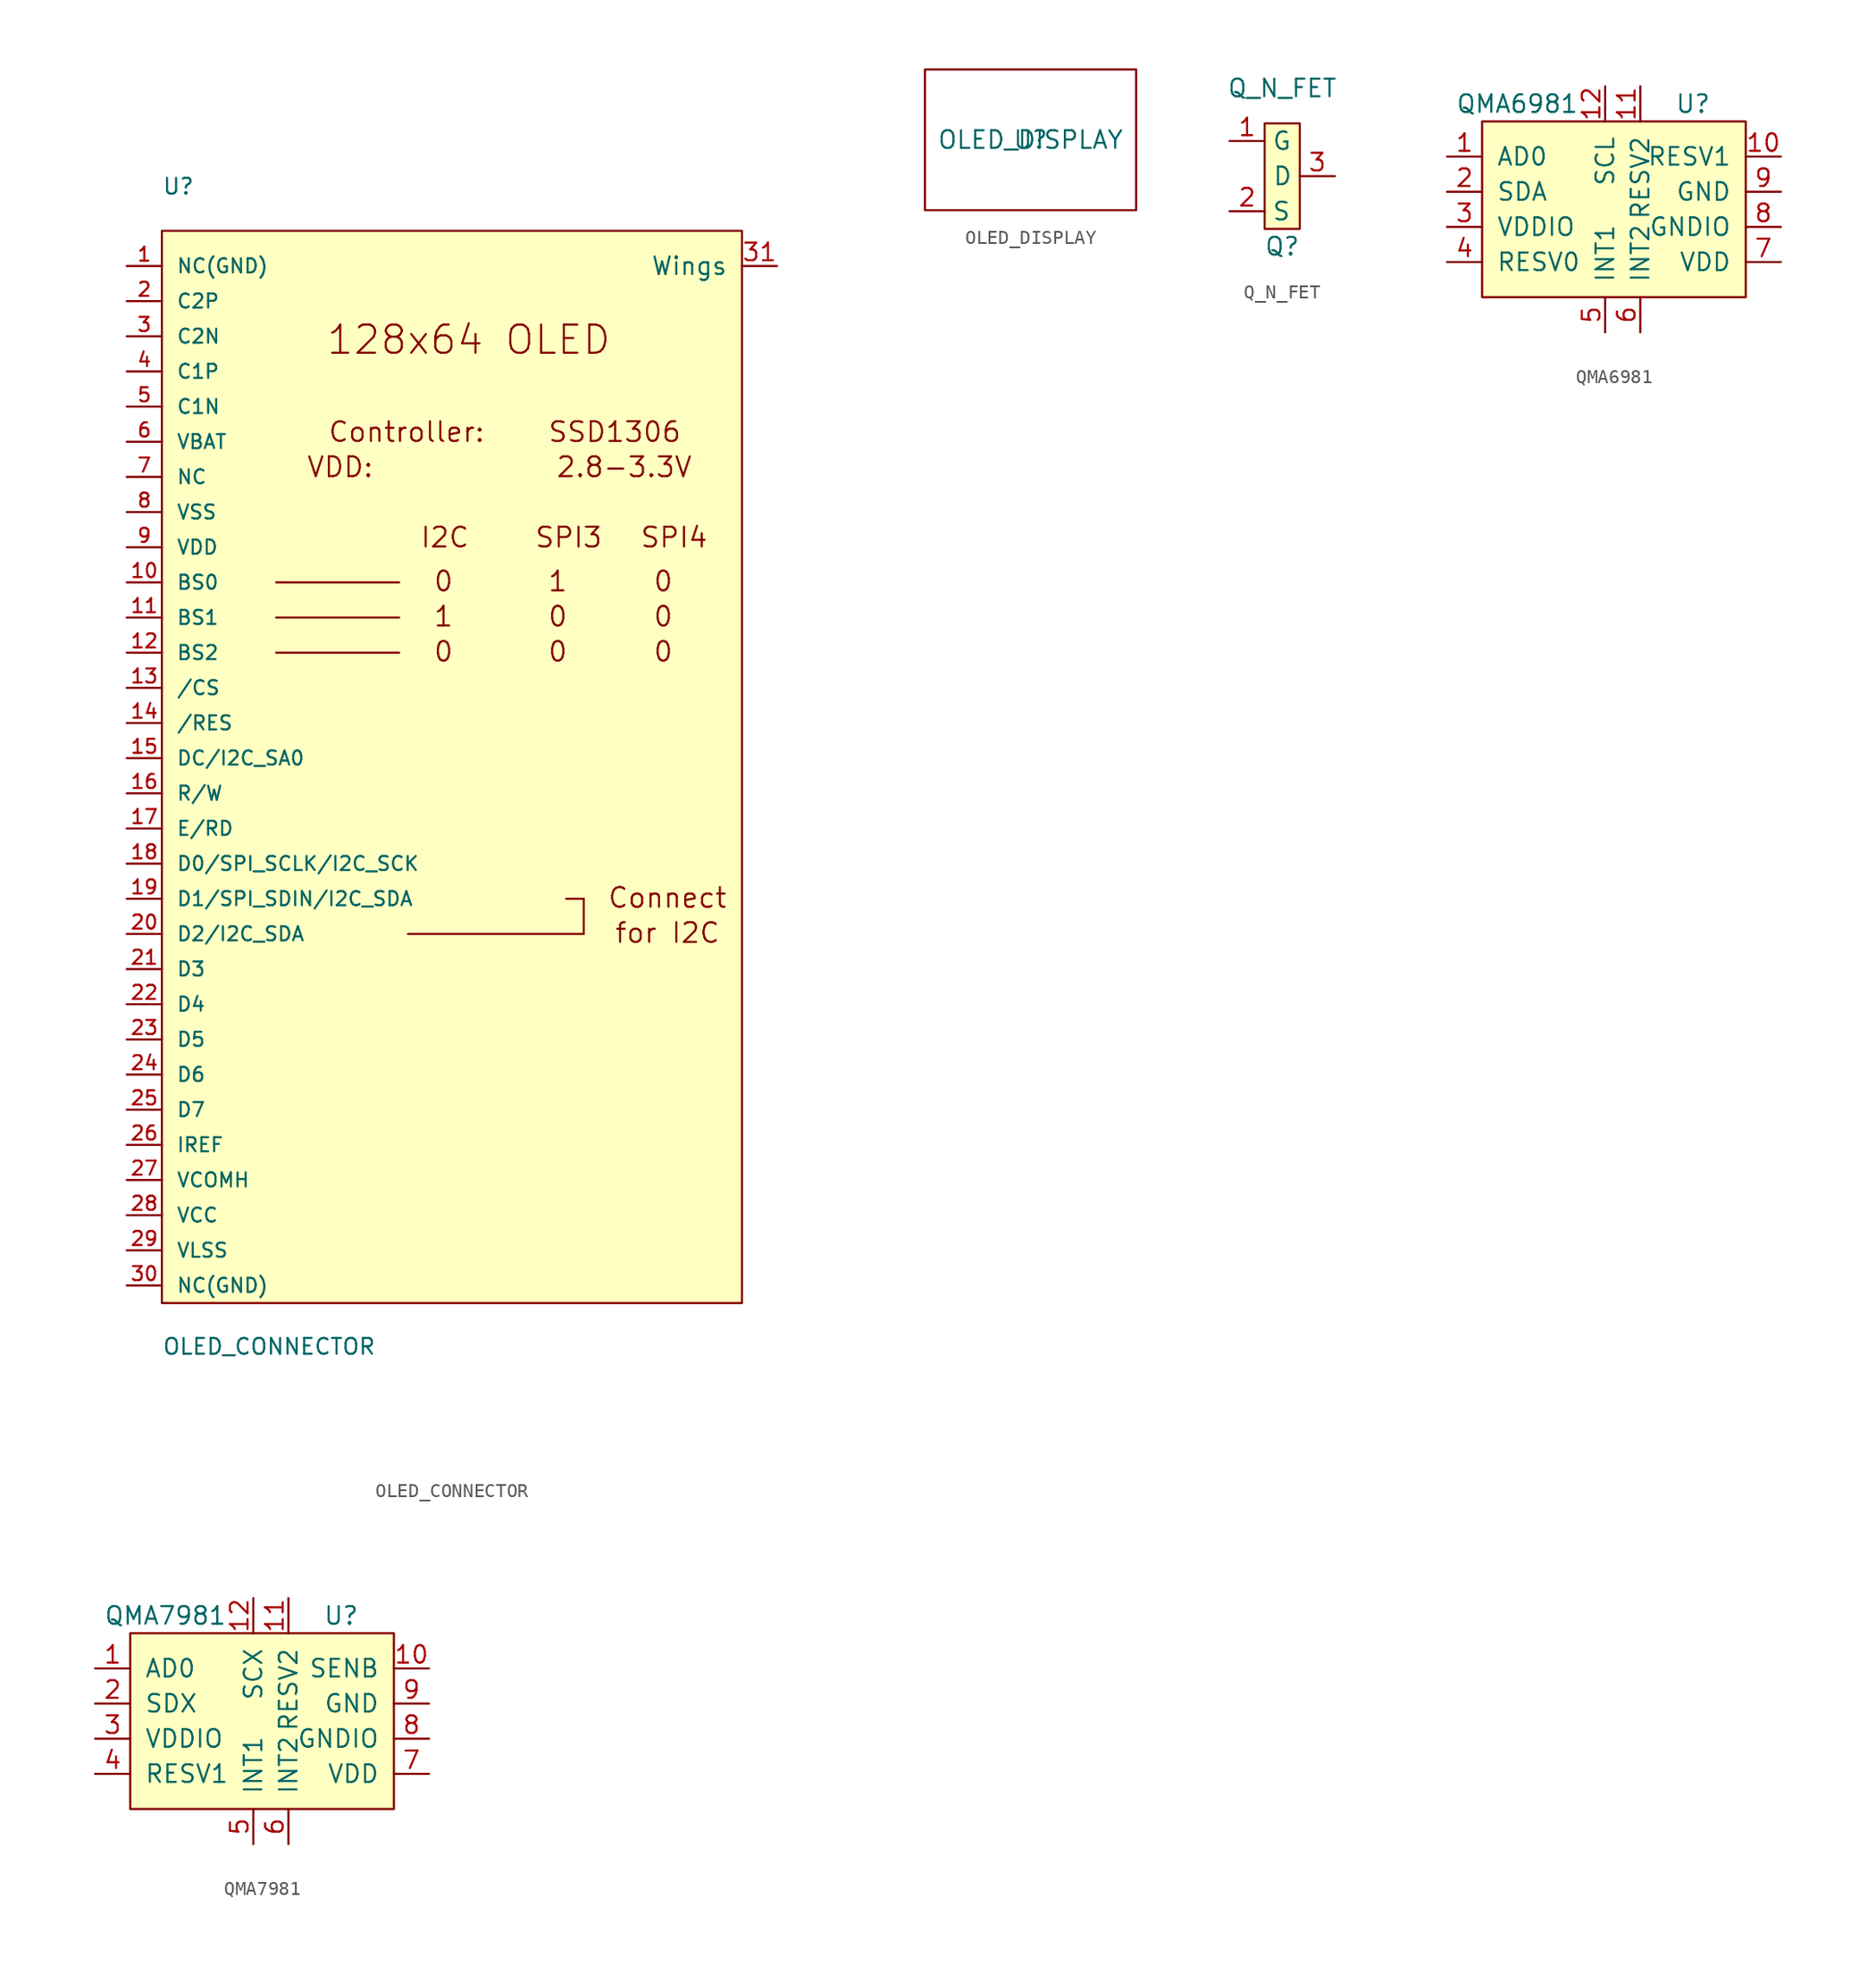
<source format=kicad_sym>
(kicad_symbol_lib
  (version 20220914)
  (generator kicad_symbol_editor)
  (symbol "OLED_CONNECTOR"
    (pin_names
      (offset 1.016))
    (property "Reference" "U"
      (at -22.86 40.64 0)
      (effects (font (size 1.143 1.143)) (justify left bottom)))
    (property "Value" "OLED_CONNECTOR"
      (at -22.86 -43.18 0)
      (effects (font (size 1.143 1.143)) (justify left bottom)))
    (symbol "OLED_CONNECTOR_1_0"
      (rectangle (start -22.86 38.1) (end 19.05 -39.37) (stroke (width 0) (type default)) (fill (type background)))
      (polyline (pts (xy -14.605 7.62) (xy -5.715 7.62)) (stroke (width 0) (type default)) (fill (type none)))
      (polyline (pts (xy -14.605 10.16) (xy -5.715 10.16)) (stroke (width 0) (type default)) (fill (type none)))
      (polyline (pts (xy -14.605 12.7) (xy -5.715 12.7)) (stroke (width 0) (type default)) (fill (type none)))
      (polyline (pts (xy 6.35 -10.16) (xy 7.62 -10.16)) (stroke (width 0) (type default)) (fill (type none)))
      (polyline (pts (xy 7.62 -12.7) (xy -5.08 -12.7)) (stroke (width 0) (type default)) (fill (type none)))
      (polyline (pts (xy 7.62 -10.16) (xy 7.62 -12.7)) (stroke (width 0) (type default)) (fill (type none)))
      (text "0" (at -2.515 7.696 0) (effects (font (size 1.422 1.422))))
      (text "0" (at -2.515 12.776 0) (effects (font (size 1.422 1.422))))
      (text "0" (at 5.74 7.696 0) (effects (font (size 1.422 1.422))))
      (text "0" (at 5.74 10.236 0) (effects (font (size 1.422 1.422))))
      (text "0" (at 13.36 7.696 0) (effects (font (size 1.422 1.422))))
      (text "0" (at 13.36 10.236 0) (effects (font (size 1.422 1.422))))
      (text "0" (at 13.36 12.776 0) (effects (font (size 1.422 1.422))))
      (text "1" (at -2.515 10.236 0) (effects (font (size 1.422 1.422))))
      (text "1" (at 5.74 12.776 0) (effects (font (size 1.422 1.422))))
      (text "128x64 OLED" (at -0.686 30.226 0) (effects (font (size 2.032 2.032))))
      (text "2.8-3.3V" (at 10.541 21.031 0) (effects (font (size 1.422 1.422))))
      (text "Connect" (at 13.665 -10.084 0) (effects (font (size 1.422 1.422))))
      (text "Controller:" (at -5.182 23.571 0) (effects (font (size 1.422 1.422))))
      (text "for I2C" (at 13.665 -12.624 0) (effects (font (size 1.422 1.422))))
      (text "I2C" (at -2.413 15.951 0) (effects (font (size 1.422 1.422))))
      (text "SPI3" (at 6.528 15.951 0) (effects (font (size 1.422 1.422))))
      (text "SPI4" (at 14.148 15.951 0) (effects (font (size 1.422 1.422))))
      (text "SSD1306" (at 9.855 23.571 0) (effects (font (size 1.422 1.422))))
      (text "VDD:" (at -9.982 21.031 0) (effects (font (size 1.422 1.422)))))
    (symbol "OLED_CONNECTOR_1_1"
      (pin input line (at -25.4 35.56 0) (length 2.54) (name "NC(GND)" (effects (font (size 1.016 1.016)))) (number "1" (effects (font (size 1.016 1.016)))))
      (pin input line (at -25.4 12.7 0) (length 2.54) (name "BS0" (effects (font (size 1.016 1.016)))) (number "10" (effects (font (size 1.016 1.016)))))
      (pin input line (at -25.4 10.16 0) (length 2.54) (name "BS1" (effects (font (size 1.016 1.016)))) (number "11" (effects (font (size 1.016 1.016)))))
      (pin input line (at -25.4 7.62 0) (length 2.54) (name "BS2" (effects (font (size 1.016 1.016)))) (number "12" (effects (font (size 1.016 1.016)))))
      (pin input line (at -25.4 5.08 0) (length 2.54) (name "/CS" (effects (font (size 1.016 1.016)))) (number "13" (effects (font (size 1.016 1.016)))))
      (pin input line (at -25.4 2.54 0) (length 2.54) (name "/RES" (effects (font (size 1.016 1.016)))) (number "14" (effects (font (size 1.016 1.016)))))
      (pin input line (at -25.4 0 0) (length 2.54) (name "DC/I2C_SA0" (effects (font (size 1.016 1.016)))) (number "15" (effects (font (size 1.016 1.016)))))
      (pin input line (at -25.4 -2.54 0) (length 2.54) (name "R/W" (effects (font (size 1.016 1.016)))) (number "16" (effects (font (size 1.016 1.016)))))
      (pin input line (at -25.4 -5.08 0) (length 2.54) (name "E/RD" (effects (font (size 1.016 1.016)))) (number "17" (effects (font (size 1.016 1.016)))))
      (pin bidirectional line (at -25.4 -7.62 0) (length 2.54) (name "D0/SPI_SCLK/I2C_SCK" (effects (font (size 1.016 1.016)))) (number "18" (effects (font (size 1.016 1.016)))))
      (pin bidirectional line (at -25.4 -10.16 0) (length 2.54) (name "D1/SPI_SDIN/I2C_SDA" (effects (font (size 1.016 1.016)))) (number "19" (effects (font (size 1.016 1.016)))))
      (pin input line (at -25.4 33.02 0) (length 2.54) (name "C2P" (effects (font (size 1.016 1.016)))) (number "2" (effects (font (size 1.016 1.016)))))
      (pin bidirectional line (at -25.4 -12.7 0) (length 2.54) (name "D2/I2C_SDA" (effects (font (size 1.016 1.016)))) (number "20" (effects (font (size 1.016 1.016)))))
      (pin bidirectional line (at -25.4 -15.24 0) (length 2.54) (name "D3" (effects (font (size 1.016 1.016)))) (number "21" (effects (font (size 1.016 1.016)))))
      (pin bidirectional line (at -25.4 -17.78 0) (length 2.54) (name "D4" (effects (font (size 1.016 1.016)))) (number "22" (effects (font (size 1.016 1.016)))))
      (pin bidirectional line (at -25.4 -20.32 0) (length 2.54) (name "D5" (effects (font (size 1.016 1.016)))) (number "23" (effects (font (size 1.016 1.016)))))
      (pin bidirectional line (at -25.4 -22.86 0) (length 2.54) (name "D6" (effects (font (size 1.016 1.016)))) (number "24" (effects (font (size 1.016 1.016)))))
      (pin bidirectional line (at -25.4 -25.4 0) (length 2.54) (name "D7" (effects (font (size 1.016 1.016)))) (number "25" (effects (font (size 1.016 1.016)))))
      (pin input line (at -25.4 -27.94 0) (length 2.54) (name "IREF" (effects (font (size 1.016 1.016)))) (number "26" (effects (font (size 1.016 1.016)))))
      (pin output line (at -25.4 -30.48 0) (length 2.54) (name "VCOMH" (effects (font (size 1.016 1.016)))) (number "27" (effects (font (size 1.016 1.016)))))
      (pin power_in line (at -25.4 -33.02 0) (length 2.54) (name "VCC" (effects (font (size 1.016 1.016)))) (number "28" (effects (font (size 1.016 1.016)))))
      (pin power_in line (at -25.4 -35.56 0) (length 2.54) (name "VLSS" (effects (font (size 1.016 1.016)))) (number "29" (effects (font (size 1.016 1.016)))))
      (pin input line (at -25.4 30.48 0) (length 2.54) (name "C2N" (effects (font (size 1.016 1.016)))) (number "3" (effects (font (size 1.016 1.016)))))
      (pin input line (at -25.4 -38.1 0) (length 2.54) (name "NC(GND)" (effects (font (size 1.016 1.016)))) (number "30" (effects (font (size 1.016 1.016)))))
      (pin input line (at 21.59 35.56 180) (length 2.54) (name "Wings" (effects (font (size 1.27 1.27)))) (number "31" (effects (font (size 1.27 1.27)))))
      (pin input line (at -25.4 27.94 0) (length 2.54) (name "C1P" (effects (font (size 1.016 1.016)))) (number "4" (effects (font (size 1.016 1.016)))))
      (pin input line (at -25.4 25.4 0) (length 2.54) (name "C1N" (effects (font (size 1.016 1.016)))) (number "5" (effects (font (size 1.016 1.016)))))
      (pin input line (at -25.4 22.86 0) (length 2.54) (name "VBAT" (effects (font (size 1.016 1.016)))) (number "6" (effects (font (size 1.016 1.016)))))
      (pin unspecified line (at -25.4 20.32 0) (length 2.54) (name "NC" (effects (font (size 1.016 1.016)))) (number "7" (effects (font (size 1.016 1.016)))))
      (pin power_in line (at -25.4 17.78 0) (length 2.54) (name "VSS" (effects (font (size 1.016 1.016)))) (number "8" (effects (font (size 1.016 1.016)))))
      (pin power_in line (at -25.4 15.24 0) (length 2.54) (name "VDD" (effects (font (size 1.016 1.016)))) (number "9" (effects (font (size 1.016 1.016)))))))
  (symbol "OLED_DISPLAY"
    (pin_names
      (offset 1.016))
    (property "Reference" "U"
      (at 0 0 0)
      (effects (font (size 1.27 1.27))))
    (property "Value" "OLED_DISPLAY"
      (at 0 0 0)
      (effects (font (size 1.27 1.27))))
    (symbol "OLED_DISPLAY_0_1"
      (rectangle (start -7.62 5.08) (end 7.62 -5.08) (stroke (width 0) (type default)) (fill (type none)))))
  (symbol "Q_N_FET"
    (property "Reference" "Q"
      (at 0 -5.08 0)
      (effects (font (size 1.27 1.27))))
    (property "Value" "Q_N_FET"
      (at 0 6.35 0)
      (effects (font (size 1.27 1.27))))
    (symbol "Q_N_FET_0_1"
      (rectangle (start -1.27 3.81) (end 1.27 -3.81) (stroke (width 0) (type default)) (fill (type background))))
    (symbol "Q_N_FET_1_1"
      (pin bidirectional line (at -3.81 2.54 0) (length 2.54) (name "G" (effects (font (size 1.27 1.27)))) (number "1" (effects (font (size 1.27 1.27)))))
      (pin bidirectional line (at -3.81 -2.54 0) (length 2.54) (name "S" (effects (font (size 1.27 1.27)))) (number "2" (effects (font (size 1.27 1.27)))))
      (pin input line (at 3.81 0 180) (length 2.54) (name "D" (effects (font (size 1.27 1.27)))) (number "3" (effects (font (size 1.27 1.27)))))))
  (symbol "QMA6981"
    (pin_names
      (offset 1.016))
    (property "Reference" "U"
      (at 5.08 7.62 0)
      (effects (font (size 1.27 1.27))))
    (property "Value" "QMA6981"
      (at -7.62 7.62 0)
      (effects (font (size 1.27 1.27))))
    (symbol "QMA6981_0_1"
      (rectangle (start -10.16 6.35) (end 8.89 -6.35) (stroke (width 0) (type default)) (fill (type background))))
    (symbol "QMA6981_1_1"
      (pin input line (at -12.7 3.81 0) (length 2.54) (name "AD0" (effects (font (size 1.27 1.27)))) (number "1" (effects (font (size 1.27 1.27)))))
      (pin input line (at 11.43 3.81 180) (length 2.54) (name "RESV1" (effects (font (size 1.27 1.27)))) (number "10" (effects (font (size 1.27 1.27)))))
      (pin input line (at 1.27 8.89 270) (length 2.54) (name "RESV2" (effects (font (size 1.27 1.27)))) (number "11" (effects (font (size 1.27 1.27)))))
      (pin input line (at -1.27 8.89 270) (length 2.54) (name "SCL" (effects (font (size 1.27 1.27)))) (number "12" (effects (font (size 1.27 1.27)))))
      (pin input line (at -12.7 1.27 0) (length 2.54) (name "SDA" (effects (font (size 1.27 1.27)))) (number "2" (effects (font (size 1.27 1.27)))))
      (pin input line (at -12.7 -1.27 0) (length 2.54) (name "VDDIO" (effects (font (size 1.27 1.27)))) (number "3" (effects (font (size 1.27 1.27)))))
      (pin input line (at -12.7 -3.81 0) (length 2.54) (name "RESV0" (effects (font (size 1.27 1.27)))) (number "4" (effects (font (size 1.27 1.27)))))
      (pin input line (at -1.27 -8.89 90) (length 2.54) (name "INT1" (effects (font (size 1.27 1.27)))) (number "5" (effects (font (size 1.27 1.27)))))
      (pin input line (at 1.27 -8.89 90) (length 2.54) (name "INT2" (effects (font (size 1.27 1.27)))) (number "6" (effects (font (size 1.27 1.27)))))
      (pin input line (at 11.43 -3.81 180) (length 2.54) (name "VDD" (effects (font (size 1.27 1.27)))) (number "7" (effects (font (size 1.27 1.27)))))
      (pin input line (at 11.43 -1.27 180) (length 2.54) (name "GNDIO" (effects (font (size 1.27 1.27)))) (number "8" (effects (font (size 1.27 1.27)))))
      (pin input line (at 11.43 1.27 180) (length 2.54) (name "GND" (effects (font (size 1.27 1.27)))) (number "9" (effects (font (size 1.27 1.27)))))))
  (symbol "QMA7981"
    (pin_names
      (offset 1.016))
    (property "Reference" "U"
      (at 5.08 7.62 0)
      (effects (font (size 1.27 1.27))))
    (property "Value" "QMA7981"
      (at -7.62 7.62 0)
      (effects (font (size 1.27 1.27))))
    (symbol "QMA7981_0_1"
      (rectangle (start -10.16 6.35) (end 8.89 -6.35) (stroke (width 0) (type default)) (fill (type background))))
    (symbol "QMA7981_1_1"
      (pin input line (at -12.7 3.81 0) (length 2.54) (name "AD0" (effects (font (size 1.27 1.27)))) (number "1" (effects (font (size 1.27 1.27)))))
      (pin input line (at 11.43 3.81 180) (length 2.54) (name "SENB" (effects (font (size 1.27 1.27)))) (number "10" (effects (font (size 1.27 1.27)))))
      (pin input line (at 1.27 8.89 270) (length 2.54) (name "RESV2" (effects (font (size 1.27 1.27)))) (number "11" (effects (font (size 1.27 1.27)))))
      (pin input line (at -1.27 8.89 270) (length 2.54) (name "SCX" (effects (font (size 1.27 1.27)))) (number "12" (effects (font (size 1.27 1.27)))))
      (pin input line (at -12.7 1.27 0) (length 2.54) (name "SDX" (effects (font (size 1.27 1.27)))) (number "2" (effects (font (size 1.27 1.27)))))
      (pin input line (at -12.7 -1.27 0) (length 2.54) (name "VDDIO" (effects (font (size 1.27 1.27)))) (number "3" (effects (font (size 1.27 1.27)))))
      (pin input line (at -12.7 -3.81 0) (length 2.54) (name "RESV1" (effects (font (size 1.27 1.27)))) (number "4" (effects (font (size 1.27 1.27)))))
      (pin input line (at -1.27 -8.89 90) (length 2.54) (name "INT1" (effects (font (size 1.27 1.27)))) (number "5" (effects (font (size 1.27 1.27)))))
      (pin input line (at 1.27 -8.89 90) (length 2.54) (name "INT2" (effects (font (size 1.27 1.27)))) (number "6" (effects (font (size 1.27 1.27)))))
      (pin input line (at 11.43 -3.81 180) (length 2.54) (name "VDD" (effects (font (size 1.27 1.27)))) (number "7" (effects (font (size 1.27 1.27)))))
      (pin input line (at 11.43 -1.27 180) (length 2.54) (name "GNDIO" (effects (font (size 1.27 1.27)))) (number "8" (effects (font (size 1.27 1.27)))))
      (pin input line (at 11.43 1.27 180) (length 2.54) (name "GND" (effects (font (size 1.27 1.27)))) (number "9" (effects (font (size 1.27 1.27))))))))
</source>
